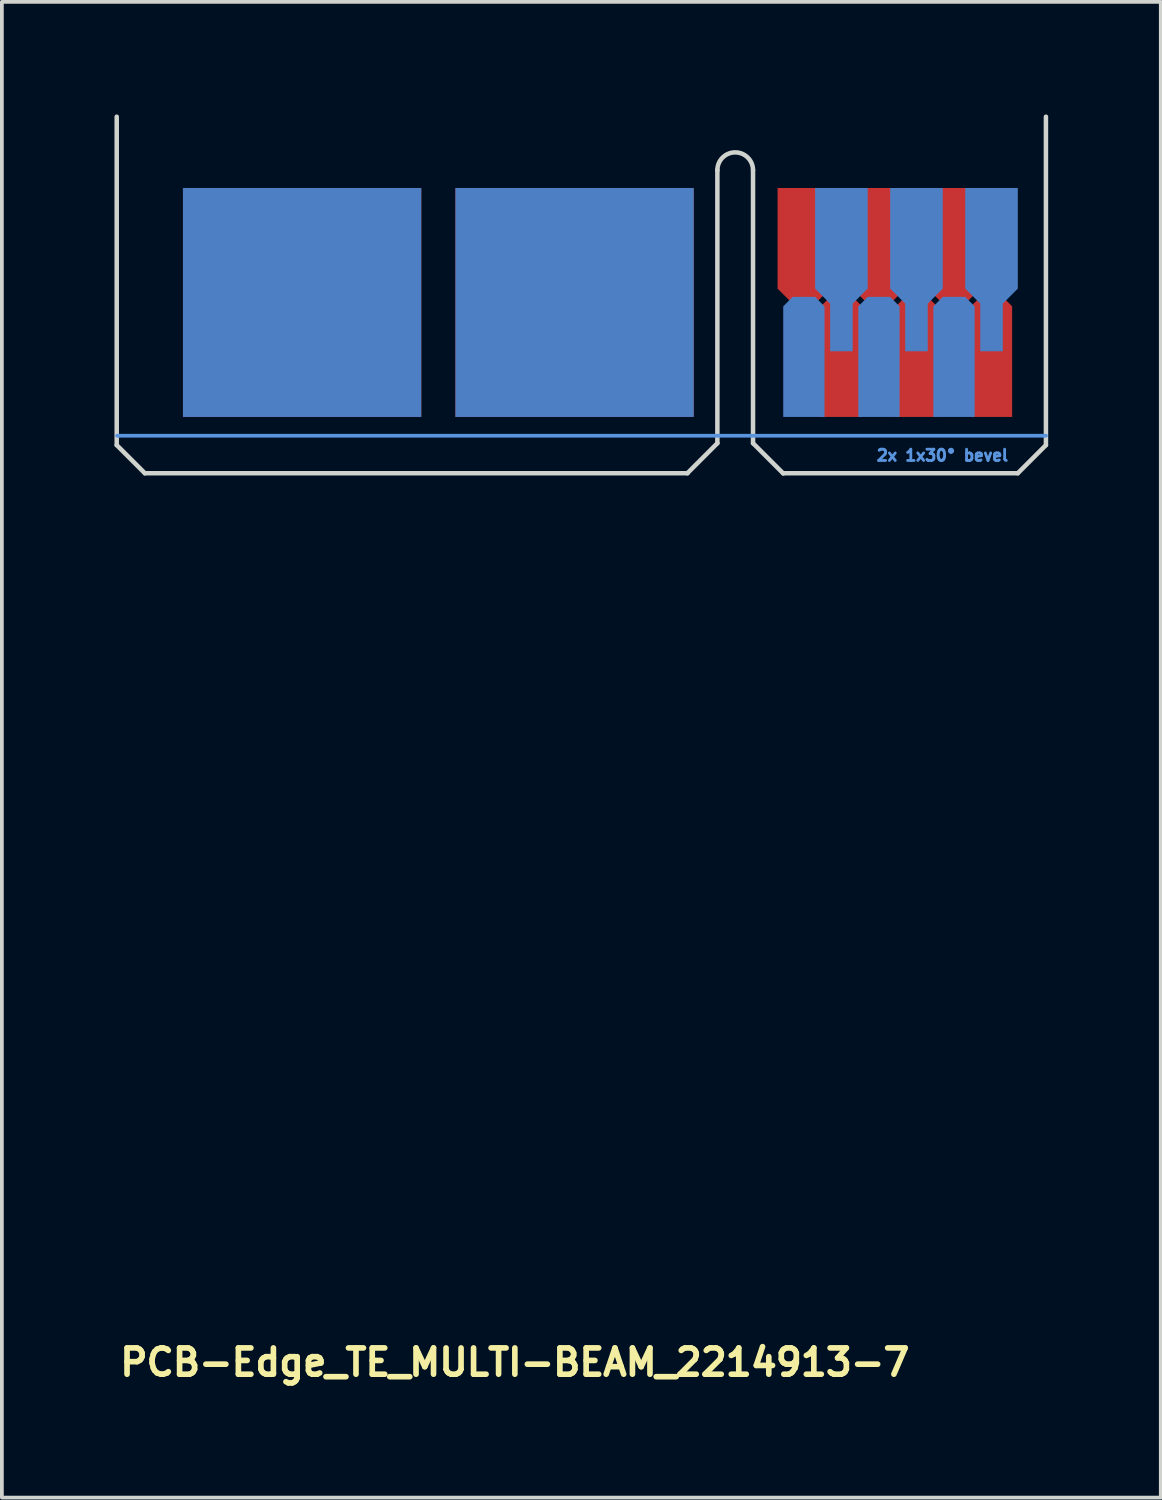
<source format=kicad_pcb>
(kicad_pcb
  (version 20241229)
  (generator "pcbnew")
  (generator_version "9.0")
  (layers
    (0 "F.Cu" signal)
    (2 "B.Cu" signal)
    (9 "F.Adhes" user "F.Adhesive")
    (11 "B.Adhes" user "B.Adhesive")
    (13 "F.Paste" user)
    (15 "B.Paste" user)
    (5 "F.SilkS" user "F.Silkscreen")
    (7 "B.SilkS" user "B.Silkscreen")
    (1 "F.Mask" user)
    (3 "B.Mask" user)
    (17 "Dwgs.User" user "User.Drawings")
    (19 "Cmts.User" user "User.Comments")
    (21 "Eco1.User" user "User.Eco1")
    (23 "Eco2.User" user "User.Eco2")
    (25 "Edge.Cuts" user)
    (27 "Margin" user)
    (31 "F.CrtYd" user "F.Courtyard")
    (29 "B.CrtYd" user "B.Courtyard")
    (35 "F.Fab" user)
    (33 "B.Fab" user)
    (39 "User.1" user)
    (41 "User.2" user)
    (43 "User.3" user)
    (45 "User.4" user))
  (footprint "PCB-Edge_TE_MULTI-BEAM_2214913-7"
    (layer "F.Cu")
    (at 23.37 6.46)
    (property "Reference" "PCB-Edge_TE_MULTI-BEAM_2214913-7" (at -23.3 27.2 0) (unlocked yes) (layer "F.SilkS") (effects (font (size 0.7 0.7) (thickness 0.15)) (justify left bottom)))
    (attr smd)
    (fp_line (start -23.3 2.1) (end 1.45 2.1) (stroke (width 0.1) (type default)) (layer "Cmts.User"))
    (fp_line (start -23.31 -6.4) (end -23.31 2.35) (stroke (width 0.12) (type solid)) (layer "Edge.Cuts"))
    (fp_line (start -23.31 2.35) (end -22.56 3.1) (stroke (width 0.12) (type solid)) (layer "Edge.Cuts"))
    (fp_line (start -22.56 3.1) (end -8.1 3.1) (stroke (width 0.12) (type default)) (layer "Edge.Cuts"))
    (fp_line (start -7.305 2.3) (end -8.105 3.1) (stroke (width 0.12) (type default)) (layer "Edge.Cuts"))
    (fp_line (start -7.305 2.3) (end -7.305 -4.975) (stroke (width 0.12) (type solid)) (layer "Edge.Cuts"))
    (fp_line (start -6.355 -4.975) (end -6.355 2.3) (stroke (width 0.12) (type solid)) (layer "Edge.Cuts"))
    (fp_line (start -6.355 2.3) (end -5.55 3.105) (stroke (width 0.12) (type default)) (layer "Edge.Cuts"))
    (fp_line (start -5.55 3.1) (end 0.7 3.1) (stroke (width 0.12) (type default)) (layer "Edge.Cuts"))
    (fp_line (start 0.7 3.1) (end 1.45 2.35) (stroke (width 0.12) (type solid)) (layer "Edge.Cuts"))
    (fp_line (start 1.45 2.35) (end 1.45 -6.4) (stroke (width 0.12) (type solid)) (layer "Edge.Cuts"))
    (fp_arc (start -7.305 -4.975) (mid -6.83 -5.45) (end -6.355 -4.975) (stroke (width 0.12) (type solid)) (layer "Edge.Cuts"))
    (fp_text user "2x 1x30° bevel" (at -3.1 2.8 0) (unlocked yes) (layer "Cmts.User") (effects (font (size 0.3 0.3) (thickness 0.15)) (justify left bottom)))
    (pad "P1" smd rect (at -18.37 -1.45) (size 6.35 6.1) (layers "B.Cu" "B.Mask"))
    (pad "P2" smd rect (at -11.11 -1.45) (size 6.35 6.1) (layers "B.Cu" "B.Mask"))
    (pad "P3" smd rect (at -18.37 -1.45) (size 6.35 6.1) (layers "F.Cu" "F.Mask"))
    (pad "P4" smd rect (at -11.11 -1.45) (size 6.35 6.1) (layers "F.Cu" "F.Mask"))
    (pad "S1" smd roundrect (at -5 0) (size 1.1 3.2) (layers "B.Cu" "B.Mask") (roundrect_rratio 0) (chamfer_ratio 0.23) (chamfer top_left top_right))
    (pad "S2" smd custom (at -4 -4.4 180) (size 0.1 0.1) (layers "B.Cu" "B.Mask") (options (anchor rect)) (primitives (gr_poly (pts (xy 0.7 -2.58) (xy 0.3 -2.98) (xy 0.3 -4.25) (xy -0.3 -4.25) (xy -0.3 -2.98) (xy -0.7 -2.58) (xy -0.7 0.1) (xy 0.7 0.1)) (width 0.001) (fill yes)) (gr_line (start 0.7 -2.58) (end 0.3 -2.98) (width 0.001)) (gr_line (start 0.3 -2.98) (end 0.3 -4.25) (width 0.001)) (gr_line (start 0.3 -4.25) (end -0.3 -4.25) (width 0.001)) (gr_line (start -0.3 -4.25) (end -0.3 -2.98) (width 0.001)) (gr_line (start -0.3 -2.98) (end -0.7 -2.58) (width 0.001)) (gr_line (start -0.7 -2.58) (end -0.7 0.1) (width 0.001)) (gr_line (start -0.7 0.1) (end 0.7 0.1) (width 0.001)) (gr_line (start 0.7 0.1) (end 0.7 -2.58) (width 0.001))))
    (pad "S3" smd roundrect (at -3 0) (size 1.1 3.2) (layers "B.Cu" "B.Mask") (roundrect_rratio 0) (chamfer_ratio 0.23) (chamfer top_left top_right))
    (pad "S4" smd custom (at -2 -4.4 180) (size 0.1 0.1) (layers "B.Cu" "B.Mask") (options (anchor rect)) (primitives (gr_poly (pts (xy 0.7 -2.58) (xy 0.3 -2.98) (xy 0.3 -4.25) (xy -0.3 -4.25) (xy -0.3 -2.98) (xy -0.7 -2.58) (xy -0.7 0.1) (xy 0.7 0.1)) (width 0.001) (fill yes)) (gr_line (start 0.7 -2.58) (end 0.3 -2.98) (width 0.001)) (gr_line (start 0.3 -2.98) (end 0.3 -4.25) (width 0.001)) (gr_line (start 0.3 -4.25) (end -0.3 -4.25) (width 0.001)) (gr_line (start -0.3 -4.25) (end -0.3 -2.98) (width 0.001)) (gr_line (start -0.3 -2.98) (end -0.7 -2.58) (width 0.001)) (gr_line (start -0.7 -2.58) (end -0.7 0.1) (width 0.001)) (gr_line (start -0.7 0.1) (end 0.7 0.1) (width 0.001)) (gr_line (start 0.7 0.1) (end 0.7 -2.58) (width 0.001))))
    (pad "S5" smd roundrect (at -1 0) (size 1.1 3.2) (layers "B.Cu" "B.Mask") (roundrect_rratio 0) (chamfer_ratio 0.23) (chamfer top_left top_right))
    (pad "S6" smd custom (at 0 -4.4 180) (size 0.1 0.1) (layers "B.Cu" "B.Mask") (options (anchor rect)) (primitives (gr_poly (pts (xy 0.7 -2.58) (xy 0.3 -2.98) (xy 0.3 -4.25) (xy -0.3 -4.25) (xy -0.3 -2.98) (xy -0.7 -2.58) (xy -0.7 0.1) (xy 0.7 0.1)) (width 0.001) (fill yes)) (gr_line (start 0.7 -2.58) (end 0.3 -2.98) (width 0.001)) (gr_line (start 0.3 -2.98) (end 0.3 -4.25) (width 0.001)) (gr_line (start 0.3 -4.25) (end -0.3 -4.25) (width 0.001)) (gr_line (start -0.3 -4.25) (end -0.3 -2.98) (width 0.001)) (gr_line (start -0.3 -2.98) (end -0.7 -2.58) (width 0.001)) (gr_line (start -0.7 -2.58) (end -0.7 0.1) (width 0.001)) (gr_line (start -0.7 0.1) (end 0.7 0.1) (width 0.001)) (gr_line (start 0.7 0.1) (end 0.7 -2.58) (width 0.001))))
    (pad "S7" smd custom (at -5 -4.4 180) (size 0.1 0.1) (layers "F.Cu" "F.Mask") (options (anchor rect)) (primitives (gr_poly (pts (xy 0.7 -2.58) (xy 0.3 -2.98) (xy 0.3 -4.25) (xy -0.3 -4.25) (xy -0.3 -2.98) (xy -0.7 -2.58) (xy -0.7 0.1) (xy 0.7 0.1)) (width 0.001) (fill yes)) (gr_line (start 0.7 -2.58) (end 0.3 -2.98) (width 0.001)) (gr_line (start 0.3 -2.98) (end 0.3 -4.25) (width 0.001)) (gr_line (start 0.3 -4.25) (end -0.3 -4.25) (width 0.001)) (gr_line (start -0.3 -4.25) (end -0.3 -2.98) (width 0.001)) (gr_line (start -0.3 -2.98) (end -0.7 -2.58) (width 0.001)) (gr_line (start -0.7 -2.58) (end -0.7 0.1) (width 0.001)) (gr_line (start -0.7 0.1) (end 0.7 0.1) (width 0.001)) (gr_line (start 0.7 0.1) (end 0.7 -2.58) (width 0.001))))
    (pad "S8" smd roundrect (at -4 0) (size 1.1 3.2) (layers "F.Cu" "F.Mask") (roundrect_rratio 0) (chamfer_ratio 0.23) (chamfer top_left top_right))
    (pad "S9" smd custom (at -3 -4.4 180) (size 0.1 0.1) (layers "F.Cu" "F.Mask") (options (anchor rect)) (primitives (gr_poly (pts (xy 0.7 -2.58) (xy 0.3 -2.98) (xy 0.3 -4.25) (xy -0.3 -4.25) (xy -0.3 -2.98) (xy -0.7 -2.58) (xy -0.7 0.1) (xy 0.7 0.1)) (width 0.001) (fill yes)) (gr_line (start 0.7 -2.58) (end 0.3 -2.98) (width 0.001)) (gr_line (start 0.3 -2.98) (end 0.3 -4.25) (width 0.001)) (gr_line (start 0.3 -4.25) (end -0.3 -4.25) (width 0.001)) (gr_line (start -0.3 -4.25) (end -0.3 -2.98) (width 0.001)) (gr_line (start -0.3 -2.98) (end -0.7 -2.58) (width 0.001)) (gr_line (start -0.7 -2.58) (end -0.7 0.1) (width 0.001)) (gr_line (start -0.7 0.1) (end 0.7 0.1) (width 0.001)) (gr_line (start 0.7 0.1) (end 0.7 -2.58) (width 0.001))))
    (pad "S10" smd roundrect (at -2 0) (size 1.1 3.2) (layers "F.Cu" "F.Mask") (roundrect_rratio 0) (chamfer_ratio 0.23) (chamfer top_left top_right))
    (pad "S11" smd custom (at -1 -4.4 180) (size 0.1 0.1) (layers "F.Cu" "F.Mask") (options (anchor rect)) (primitives (gr_poly (pts (xy 0.7 -2.58) (xy 0.3 -2.98) (xy 0.3 -4.25) (xy -0.3 -4.25) (xy -0.3 -2.98) (xy -0.7 -2.58) (xy -0.7 0.1) (xy 0.7 0.1)) (width 0.001) (fill yes)) (gr_line (start 0.7 -2.58) (end 0.3 -2.98) (width 0.001)) (gr_line (start 0.3 -2.98) (end 0.3 -4.25) (width 0.001)) (gr_line (start 0.3 -4.25) (end -0.3 -4.25) (width 0.001)) (gr_line (start -0.3 -4.25) (end -0.3 -2.98) (width 0.001)) (gr_line (start -0.3 -2.98) (end -0.7 -2.58) (width 0.001)) (gr_line (start -0.7 -2.58) (end -0.7 0.1) (width 0.001)) (gr_line (start -0.7 0.1) (end 0.7 0.1) (width 0.001)) (gr_line (start 0.7 0.1) (end 0.7 -2.58) (width 0.001))))
    (pad "S12" smd roundrect (at 0 0) (size 1.1 3.2) (layers "F.Cu" "F.Mask") (roundrect_rratio 0) (chamfer_ratio 0.23) (chamfer top_left top_right)))
  (gr_rect
    (start -3 -3)
    (end 27.88 36.855)
    (stroke (width 0.1) (type default))
    (fill no)
    (layer "Edge.Cuts")))
</source>
